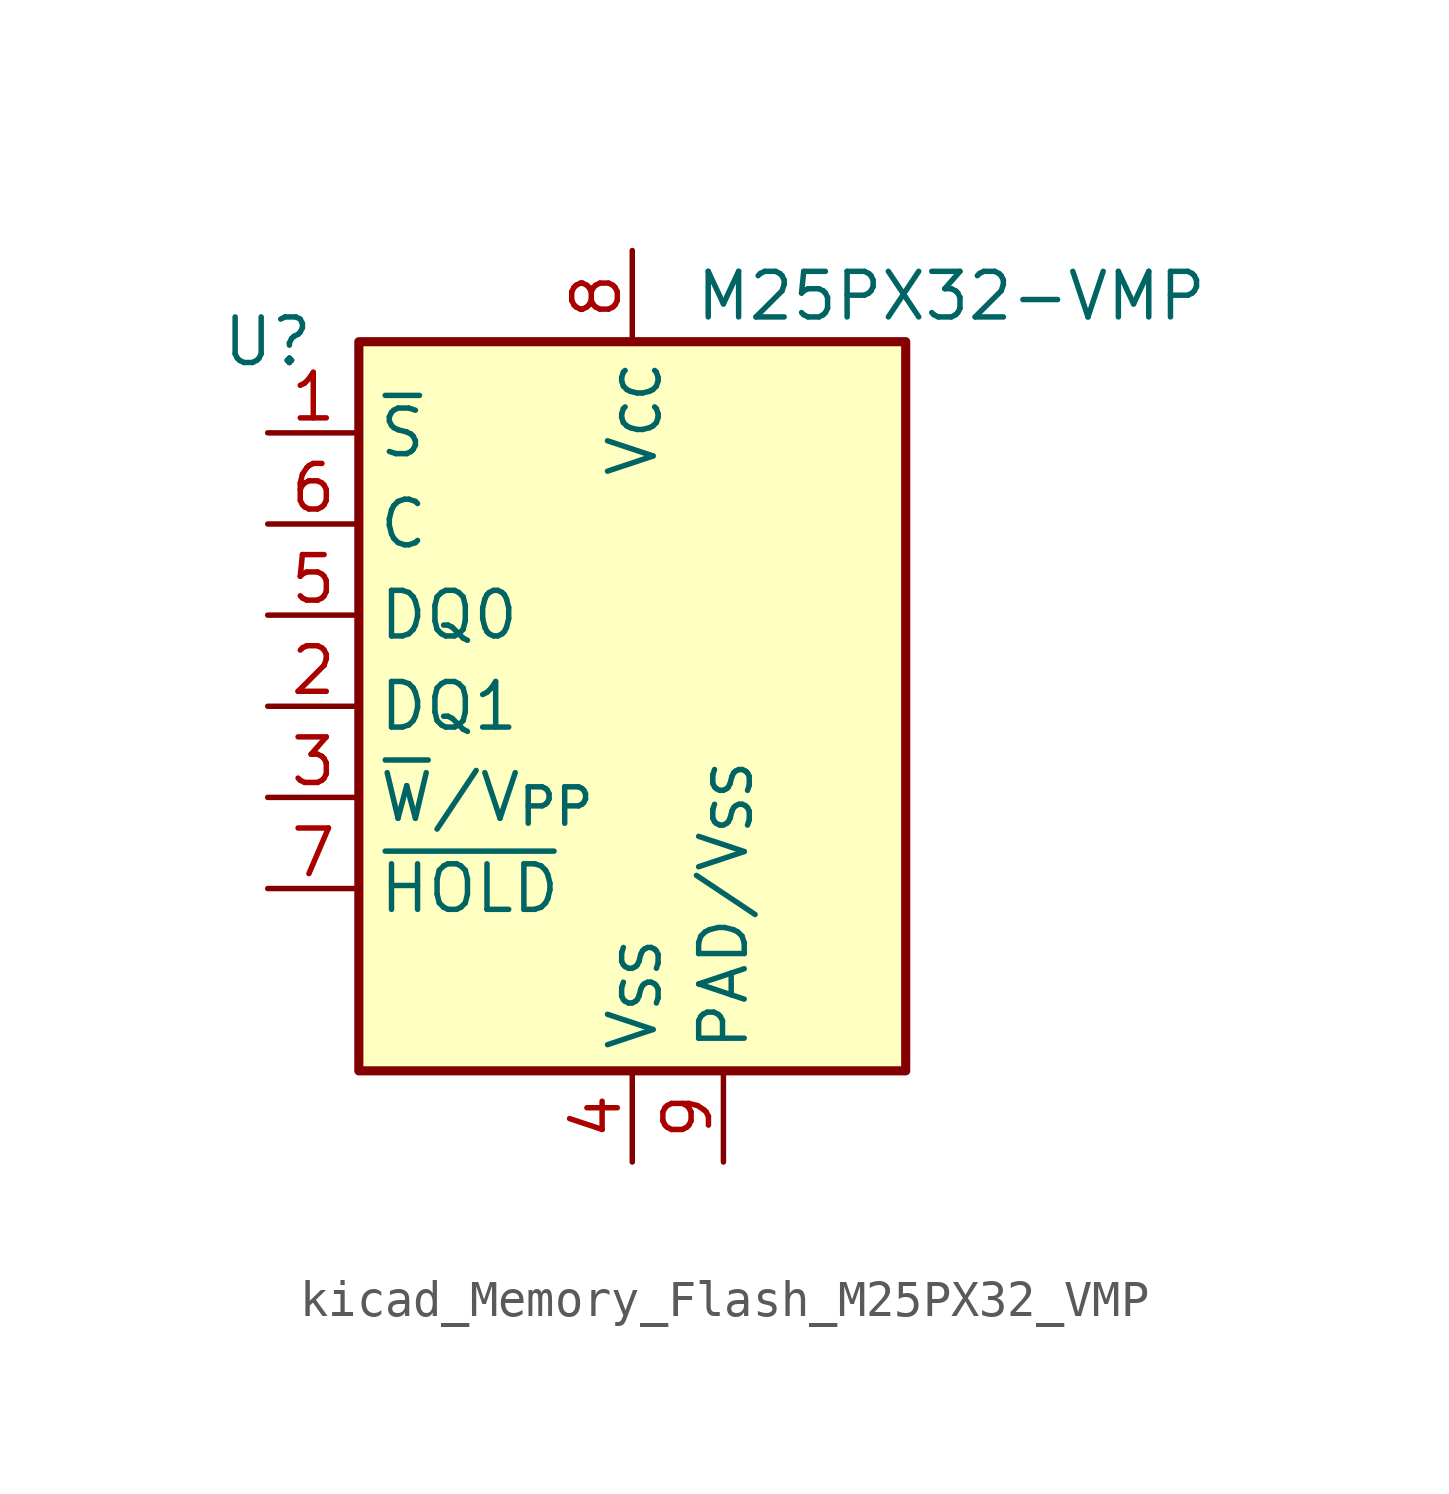
<source format=kicad_sym>
(kicad_symbol_lib
  (version 20220914)
  (generator kicad_symbol_editor)
  (symbol "kicad_Memory_Flash_M25PX32_VMP"
    (property "Reference" "U"
      (at -10.16 10.16 0)
      (effects (font (size 1.27 1.27))))
    (property "Value" "M25PX32-VMP"
      (at 8.89 11.43 0)
      (effects (font (size 1.27 1.27))))
    (symbol "kicad_Memory_Flash_M25PX32_VMP_0_1"
      (rectangle (start -7.62 10.16) (end 7.62 -10.16) (stroke (width 0.254) (type default)) (fill (type background))))
    (symbol "kicad_Memory_Flash_M25PX32_VMP_1_1"
      (pin input line (at -10.16 7.62 0) (length 2.54) (name "~{S}" (effects (font (size 1.27 1.27)))) (number "1" (effects (font (size 1.27 1.27)))))
      (pin bidirectional line (at -10.16 0 0) (length 2.54) (name "DQ1" (effects (font (size 1.27 1.27)))) (number "2" (effects (font (size 1.27 1.27)))))
      (pin input line (at -10.16 -2.54 0) (length 2.54) (name "~{W}/V_{PP}" (effects (font (size 1.27 1.27)))) (number "3" (effects (font (size 1.27 1.27)))))
      (pin power_in line (at 0 -12.7 90) (length 2.54) (name "V_{SS}" (effects (font (size 1.27 1.27)))) (number "4" (effects (font (size 1.27 1.27)))))
      (pin bidirectional line (at -10.16 2.54 0) (length 2.54) (name "DQ0" (effects (font (size 1.27 1.27)))) (number "5" (effects (font (size 1.27 1.27)))))
      (pin input line (at -10.16 5.08 0) (length 2.54) (name "C" (effects (font (size 1.27 1.27)))) (number "6" (effects (font (size 1.27 1.27)))))
      (pin input line (at -10.16 -5.08 0) (length 2.54) (name "~{HOLD}" (effects (font (size 1.27 1.27)))) (number "7" (effects (font (size 1.27 1.27)))))
      (pin power_in line (at 0 12.7 270) (length 2.54) (name "V_{CC}" (effects (font (size 1.27 1.27)))) (number "8" (effects (font (size 1.27 1.27)))))
      (pin power_in line (at 2.54 -12.7 90) (length 2.54) (name "PAD/V_{SS}" (effects (font (size 1.27 1.27)))) (number "9" (effects (font (size 1.27 1.27))))))))
</source>
